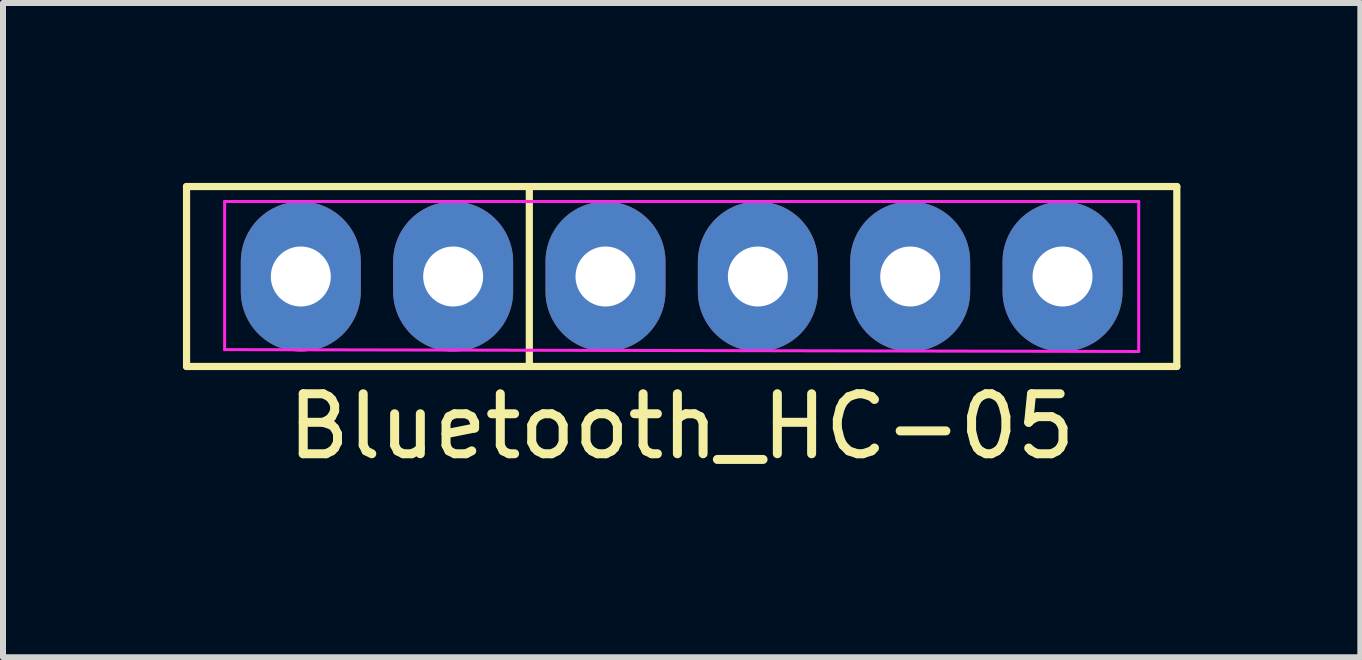
<source format=kicad_pcb>
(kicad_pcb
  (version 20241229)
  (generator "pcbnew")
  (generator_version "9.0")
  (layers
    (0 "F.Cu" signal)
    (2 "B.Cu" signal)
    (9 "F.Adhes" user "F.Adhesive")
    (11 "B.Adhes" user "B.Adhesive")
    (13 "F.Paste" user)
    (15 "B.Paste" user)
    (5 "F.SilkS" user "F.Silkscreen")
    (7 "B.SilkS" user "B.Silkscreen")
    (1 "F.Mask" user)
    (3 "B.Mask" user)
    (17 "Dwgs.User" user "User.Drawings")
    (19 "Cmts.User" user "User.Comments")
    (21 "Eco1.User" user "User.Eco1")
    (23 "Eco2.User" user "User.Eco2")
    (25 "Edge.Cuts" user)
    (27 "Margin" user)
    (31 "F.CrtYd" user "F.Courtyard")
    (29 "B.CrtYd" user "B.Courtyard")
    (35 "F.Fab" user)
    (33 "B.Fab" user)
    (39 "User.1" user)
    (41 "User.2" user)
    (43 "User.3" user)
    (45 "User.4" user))
  (footprint "Bluetooth_HC-05"
    (layer "F.Cu")
    (at 8.315 1.56)
    (property "Reference" "Bluetooth_HC-05" (at 0 2.5 0) (layer "F.SilkS") (effects (font (size 1 1) (thickness 0.15))))
    (attr through_hole)
    (fp_line (start -8.255 -1.5) (end 8.255 -1.5) (stroke (width 0.12) (type solid)) (layer "F.SilkS"))
    (fp_line (start -8.255 1.5) (end -8.255 -1.5) (stroke (width 0.12) (type solid)) (layer "F.SilkS"))
    (fp_line (start -2.54 -1.5) (end -2.54 1.5) (stroke (width 0.12) (type solid)) (layer "F.SilkS"))
    (fp_line (start 8.255 -1.5) (end 8.255 1.5) (stroke (width 0.12) (type solid)) (layer "F.SilkS"))
    (fp_line (start 8.255 1.5) (end -8.255 1.5) (stroke (width 0.12) (type solid)) (layer "F.SilkS"))
    (fp_line (start -7.62 -1.25) (end 7.62 -1.25) (stroke (width 0.05) (type solid)) (layer "F.CrtYd"))
    (fp_line (start -7.62 1.219) (end -7.62 -1.25) (stroke (width 0.05) (type solid)) (layer "F.CrtYd"))
    (fp_line (start 7.62 -1.25) (end 7.62 1.25) (stroke (width 0.05) (type solid)) (layer "F.CrtYd"))
    (fp_line (start 7.62 1.25) (end -7.62 1.219) (stroke (width 0.05) (type solid)) (layer "F.CrtYd"))
    (pad "1" thru_hole oval (at -3.81 0) (size 2 2.5) (drill 1) (layers "*.Cu" "*.Mask"))
    (pad "2" thru_hole oval (at -1.27 0) (size 2 2.5) (drill 1) (layers "*.Cu" "*.Mask"))
    (pad "3" thru_hole oval (at 1.27 0) (size 2 2.5) (drill 1) (layers "*.Cu" "*.Mask"))
    (pad "4" thru_hole oval (at 3.81 0) (size 2 2.5) (drill 1) (layers "*.Cu" "*.Mask"))
    (pad "5" thru_hole oval (at -6.35 0) (size 2 2.5) (drill 1) (layers "*.Cu" "*.Mask"))
    (pad "6" thru_hole oval (at 6.35 0) (size 2 2.5) (drill 1) (layers "*.Cu" "*.Mask")))
  (gr_rect
    (start -3 -3)
    (end 19.63 7.908)
    (stroke (width 0.1) (type default))
    (fill no)
    (layer "Edge.Cuts")))
</source>
